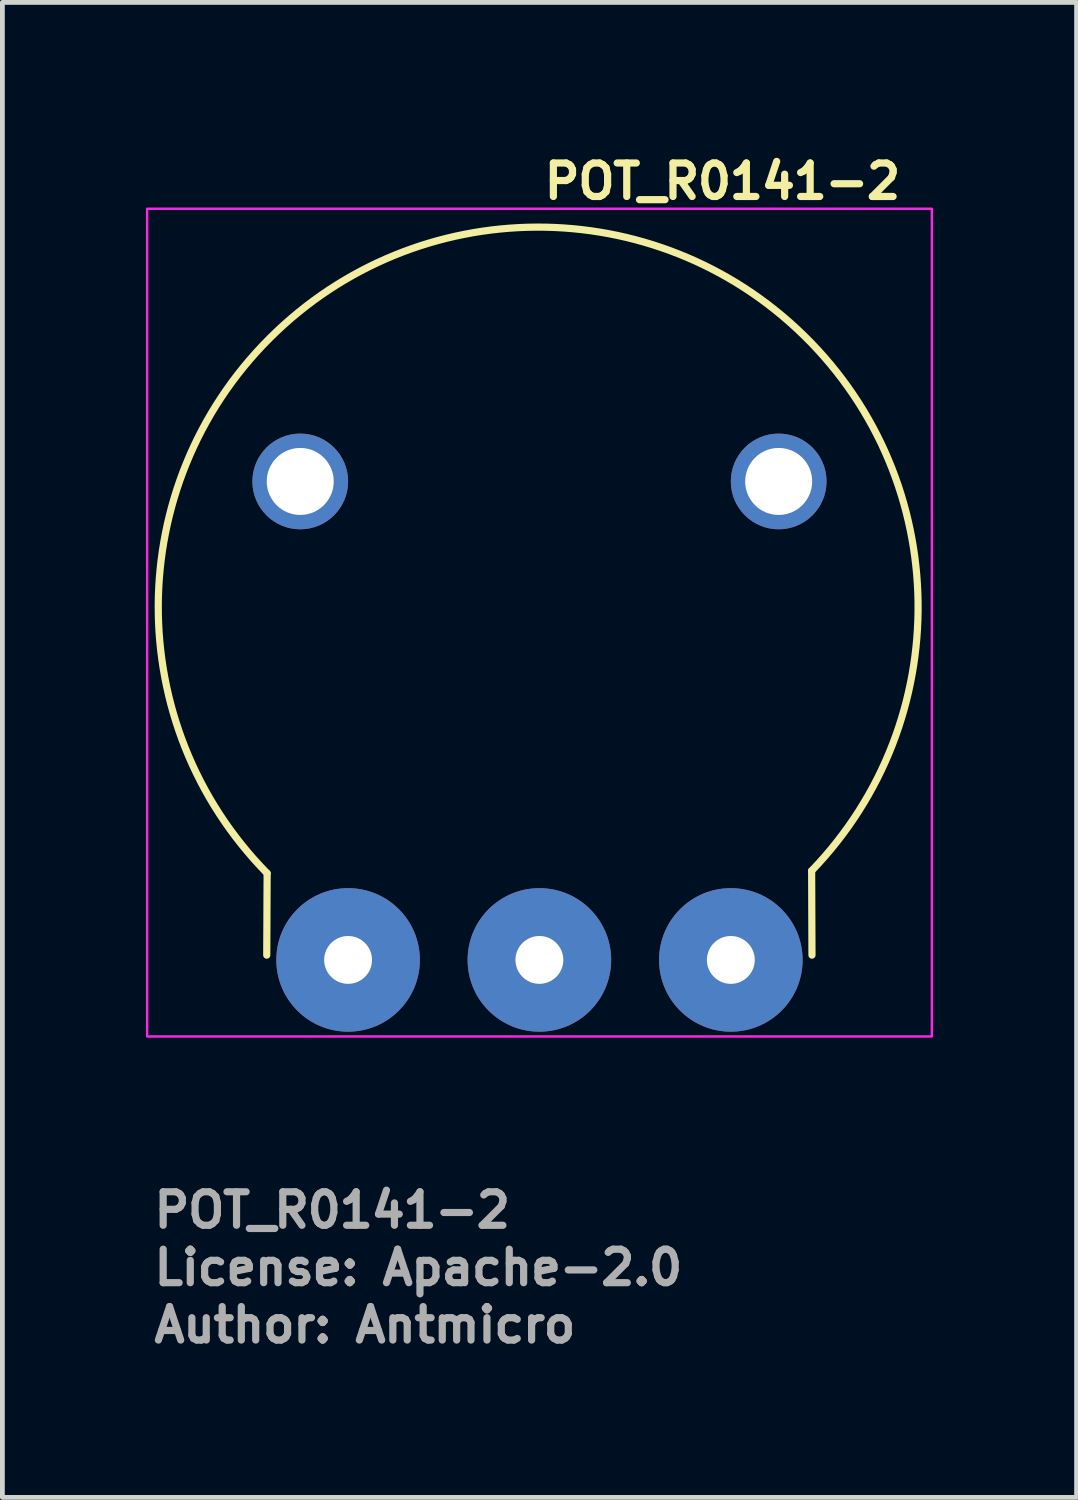
<source format=kicad_pcb>
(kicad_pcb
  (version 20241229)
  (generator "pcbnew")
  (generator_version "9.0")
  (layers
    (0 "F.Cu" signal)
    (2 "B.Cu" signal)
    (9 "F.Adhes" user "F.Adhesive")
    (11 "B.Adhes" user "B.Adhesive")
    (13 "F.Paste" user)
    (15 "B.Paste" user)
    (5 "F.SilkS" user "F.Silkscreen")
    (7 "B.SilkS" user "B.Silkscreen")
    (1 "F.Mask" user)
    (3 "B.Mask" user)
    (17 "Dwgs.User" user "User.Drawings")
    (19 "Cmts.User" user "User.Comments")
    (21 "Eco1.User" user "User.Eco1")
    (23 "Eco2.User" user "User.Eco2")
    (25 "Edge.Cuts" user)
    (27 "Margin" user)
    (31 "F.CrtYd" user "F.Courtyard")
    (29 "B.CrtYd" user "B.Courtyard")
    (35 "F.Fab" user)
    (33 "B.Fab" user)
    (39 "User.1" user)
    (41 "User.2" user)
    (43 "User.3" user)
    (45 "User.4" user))
  (footprint "POT_R0141-2"
    (layer "F.Cu")
    (at 4.225 17.012)
    (property "Reference" "POT_R0141-2" (at 4.025 -15.862 0) (unlocked yes) (layer "F.SilkS") (effects (font (size 0.7 0.7) (thickness 0.15)) (justify left bottom)))
    (attr through_hole)
    (fp_line (start -1.7 -0.1) (end -1.692 -1.811) (stroke (width 0.15) (type solid)) (layer "F.SilkS"))
    (fp_line (start 9.695 -0.1) (end 9.688 -1.863) (stroke (width 0.15) (type solid)) (layer "F.SilkS"))
    (fp_arc (start -1.692 -1.811) (mid 3.938 -15.315) (end 9.688 -1.863) (stroke (width 0.15) (type solid)) (layer "F.SilkS"))
    (fp_rect (start -4.2 -15.7) (end 12.2 1.6) (stroke (width 0.05) (type solid)) (fill no) (layer "F.CrtYd"))
    (fp_rect (start -4 -15.497) (end 11.999 0.496) (stroke (width 0.1) (type solid)) (fill no) (layer "User.5"))
    (fp_line (start -4 -7.54) (end -4 -7.508) (stroke (width 0.02) (type solid)) (layer "User.9"))
    (fp_line (start -4 -7.508) (end -4 -7.478) (stroke (width 0.02) (type solid)) (layer "User.9"))
    (fp_line (start -4 -7.478) (end -3.759 -7.223) (stroke (width 0.02) (type solid)) (layer "User.9"))
    (fp_line (start -3.984 -6.981) (end -3.981 -6.951) (stroke (width 0.02) (type solid)) (layer "User.9"))
    (fp_line (start -3.983 -8.035) (end -3.761 -7.766) (stroke (width 0.02) (type solid)) (layer "User.9"))
    (fp_line (start -3.981 -6.951) (end -3.98 -6.92) (stroke (width 0.02) (type solid)) (layer "User.9"))
    (fp_line (start -3.98 -8.067) (end -3.983 -8.035) (stroke (width 0.02) (type solid)) (layer "User.9"))
    (fp_line (start -3.98 -6.92) (end -3.722 -6.683) (stroke (width 0.02) (type solid)) (layer "User.9"))
    (fp_line (start -3.979 -8.097) (end -3.98 -8.067) (stroke (width 0.02) (type solid)) (layer "User.9"))
    (fp_line (start -3.928 -6.425) (end -3.924 -6.396) (stroke (width 0.02) (type solid)) (layer "User.9"))
    (fp_line (start -3.927 -8.591) (end -3.723 -8.305) (stroke (width 0.02) (type solid)) (layer "User.9"))
    (fp_line (start -3.924 -6.396) (end -3.919 -6.364) (stroke (width 0.02) (type solid)) (layer "User.9"))
    (fp_line (start -3.922 -8.622) (end -3.927 -8.591) (stroke (width 0.02) (type solid)) (layer "User.9"))
    (fp_line (start -3.919 -6.364) (end -3.645 -6.146) (stroke (width 0.02) (type solid)) (layer "User.9"))
    (fp_line (start -3.918 -8.653) (end -3.922 -8.622) (stroke (width 0.02) (type solid)) (layer "User.9"))
    (fp_line (start -3.834 -5.875) (end -3.827 -5.845) (stroke (width 0.02) (type solid)) (layer "User.9"))
    (fp_line (start -3.83 -9.141) (end -3.648 -8.843) (stroke (width 0.02) (type solid)) (layer "User.9"))
    (fp_line (start -3.827 -5.845) (end -3.822 -5.814) (stroke (width 0.02) (type solid)) (layer "User.9"))
    (fp_line (start -3.825 -9.171) (end -3.83 -9.141) (stroke (width 0.02) (type solid)) (layer "User.9"))
    (fp_line (start -3.822 -5.814) (end -3.532 -5.617) (stroke (width 0.02) (type solid)) (layer "User.9"))
    (fp_line (start -3.818 -9.202) (end -3.825 -9.171) (stroke (width 0.02) (type solid)) (layer "User.9"))
    (fp_line (start -3.761 -7.766) (end -4 -7.54) (stroke (width 0.02) (type solid)) (layer "User.9"))
    (fp_line (start -3.759 -7.223) (end -3.984 -6.981) (stroke (width 0.02) (type solid)) (layer "User.9"))
    (fp_line (start -3.723 -8.305) (end -3.979 -8.097) (stroke (width 0.02) (type solid)) (layer "User.9"))
    (fp_line (start -3.722 -6.683) (end -3.928 -6.425) (stroke (width 0.02) (type solid)) (layer "User.9"))
    (fp_line (start -3.701 -5.334) (end -3.693 -5.303) (stroke (width 0.02) (type solid)) (layer "User.9"))
    (fp_line (start -3.697 -9.683) (end -3.536 -9.372) (stroke (width 0.02) (type solid)) (layer "User.9"))
    (fp_line (start -3.693 -5.303) (end -3.685 -5.273) (stroke (width 0.02) (type solid)) (layer "User.9"))
    (fp_line (start -3.689 -9.714) (end -3.697 -9.683) (stroke (width 0.02) (type solid)) (layer "User.9"))
    (fp_line (start -3.685 -5.273) (end -3.383 -5.095) (stroke (width 0.02) (type solid)) (layer "User.9"))
    (fp_line (start -3.681 -9.744) (end -3.689 -9.714) (stroke (width 0.02) (type solid)) (layer "User.9"))
    (fp_line (start -3.648 -8.843) (end -3.918 -8.653) (stroke (width 0.02) (type solid)) (layer "User.9"))
    (fp_line (start -3.645 -6.146) (end -3.834 -5.875) (stroke (width 0.02) (type solid)) (layer "User.9"))
    (fp_line (start -3.536 -9.372) (end -3.818 -9.202) (stroke (width 0.02) (type solid)) (layer "User.9"))
    (fp_line (start -3.532 -5.617) (end -3.701 -5.334) (stroke (width 0.02) (type solid)) (layer "User.9"))
    (fp_line (start -3.532 -4.802) (end -3.521 -4.771) (stroke (width 0.02) (type solid)) (layer "User.9"))
    (fp_line (start -3.527 -10.215) (end -3.387 -9.894) (stroke (width 0.02) (type solid)) (layer "User.9"))
    (fp_line (start -3.521 -4.771) (end -3.511 -4.742) (stroke (width 0.02) (type solid)) (layer "User.9"))
    (fp_line (start -3.516 -10.244) (end -3.527 -10.215) (stroke (width 0.02) (type solid)) (layer "User.9"))
    (fp_line (start -3.511 -4.742) (end -3.197 -4.587) (stroke (width 0.02) (type solid)) (layer "User.9"))
    (fp_line (start -3.504 -10.273) (end -3.516 -10.244) (stroke (width 0.02) (type solid)) (layer "User.9"))
    (fp_line (start -3.387 -9.894) (end -3.681 -9.744) (stroke (width 0.02) (type solid)) (layer "User.9"))
    (fp_line (start -3.383 -5.095) (end -3.532 -4.802) (stroke (width 0.02) (type solid)) (layer "User.9"))
    (fp_line (start -3.326 -4.282) (end -3.313 -4.254) (stroke (width 0.02) (type solid)) (layer "User.9"))
    (fp_line (start -3.318 -10.734) (end -3.202 -10.404) (stroke (width 0.02) (type solid)) (layer "User.9"))
    (fp_line (start -3.313 -4.254) (end -3.299 -4.225) (stroke (width 0.02) (type solid)) (layer "User.9"))
    (fp_line (start -3.306 -10.762) (end -3.318 -10.734) (stroke (width 0.02) (type solid)) (layer "User.9"))
    (fp_line (start -3.299 -4.225) (end -2.976 -4.092) (stroke (width 0.02) (type solid)) (layer "User.9"))
    (fp_line (start -3.294 -10.791) (end -3.306 -10.762) (stroke (width 0.02) (type solid)) (layer "User.9"))
    (fp_line (start -3.202 -10.404) (end -3.504 -10.273) (stroke (width 0.02) (type solid)) (layer "User.9"))
    (fp_line (start -3.197 -4.587) (end -3.326 -4.282) (stroke (width 0.02) (type solid)) (layer "User.9"))
    (fp_line (start -3.082 -3.779) (end -3.068 -3.751) (stroke (width 0.02) (type solid)) (layer "User.9"))
    (fp_line (start -3.076 -11.235) (end -2.981 -10.898) (stroke (width 0.02) (type solid)) (layer "User.9"))
    (fp_line (start -3.068 -3.751) (end -3.053 -3.725) (stroke (width 0.02) (type solid)) (layer "User.9"))
    (fp_line (start -3.06 -11.263) (end -3.076 -11.235) (stroke (width 0.02) (type solid)) (layer "User.9"))
    (fp_line (start -3.053 -3.725) (end -2.722 -3.613) (stroke (width 0.02) (type solid)) (layer "User.9"))
    (fp_line (start -3.045 -11.291) (end -3.06 -11.263) (stroke (width 0.02) (type solid)) (layer "User.9"))
    (fp_line (start -2.981 -10.898) (end -3.294 -10.791) (stroke (width 0.02) (type solid)) (layer "User.9"))
    (fp_line (start -2.976 -4.092) (end -3.082 -3.779) (stroke (width 0.02) (type solid)) (layer "User.9"))
    (fp_line (start -2.806 -3.294) (end -2.79 -3.267) (stroke (width 0.02) (type solid)) (layer "User.9"))
    (fp_line (start -2.798 -11.721) (end -2.727 -11.378) (stroke (width 0.02) (type solid)) (layer "User.9"))
    (fp_line (start -2.79 -3.267) (end -2.774 -3.242) (stroke (width 0.02) (type solid)) (layer "User.9"))
    (fp_line (start -2.781 -11.747) (end -2.798 -11.721) (stroke (width 0.02) (type solid)) (layer "User.9"))
    (fp_line (start -2.774 -3.242) (end -2.435 -3.153) (stroke (width 0.02) (type solid)) (layer "User.9"))
    (fp_line (start -2.765 -11.772) (end -2.781 -11.747) (stroke (width 0.02) (type solid)) (layer "User.9"))
    (fp_line (start -2.727 -11.378) (end -3.045 -11.291) (stroke (width 0.02) (type solid)) (layer "User.9"))
    (fp_line (start -2.722 -3.613) (end -2.806 -3.294) (stroke (width 0.02) (type solid)) (layer "User.9"))
    (fp_line (start -2.496 -2.83) (end -2.477 -2.805) (stroke (width 0.02) (type solid)) (layer "User.9"))
    (fp_line (start -2.487 -12.185) (end -2.44 -11.837) (stroke (width 0.02) (type solid)) (layer "User.9"))
    (fp_line (start -2.477 -2.805) (end -2.46 -2.779) (stroke (width 0.02) (type solid)) (layer "User.9"))
    (fp_line (start -2.468 -12.209) (end -2.487 -12.185) (stroke (width 0.02) (type solid)) (layer "User.9"))
    (fp_line (start -2.46 -2.779) (end -2.116 -2.715) (stroke (width 0.02) (type solid)) (layer "User.9"))
    (fp_line (start -2.449 -12.234) (end -2.468 -12.209) (stroke (width 0.02) (type solid)) (layer "User.9"))
    (fp_line (start -2.44 -11.837) (end -2.765 -11.772) (stroke (width 0.02) (type solid)) (layer "User.9"))
    (fp_line (start -2.435 -3.153) (end -2.496 -2.83) (stroke (width 0.02) (type solid)) (layer "User.9"))
    (fp_line (start -2.25 -7.5) (end -2.25 -7.5) (stroke (width 0.02) (type solid)) (layer "User.9"))
    (fp_line (start -2.25 -7.5) (end -2.242 -7.178) (stroke (width 0.02) (type solid)) (layer "User.9"))
    (fp_line (start -2.242 -7.821) (end -2.25 -7.5) (stroke (width 0.02) (type solid)) (layer "User.9"))
    (fp_line (start -2.242 -7.178) (end -2.218 -6.861) (stroke (width 0.02) (type solid)) (layer "User.9"))
    (fp_line (start -2.218 -8.139) (end -2.242 -7.821) (stroke (width 0.02) (type solid)) (layer "User.9"))
    (fp_line (start -2.218 -6.861) (end -2.178 -6.548) (stroke (width 0.02) (type solid)) (layer "User.9"))
    (fp_line (start -2.178 -8.452) (end -2.218 -8.139) (stroke (width 0.02) (type solid)) (layer "User.9"))
    (fp_line (start -2.178 -6.548) (end -2.124 -6.241) (stroke (width 0.02) (type solid)) (layer "User.9"))
    (fp_line (start -2.154 -2.388) (end -2.134 -2.364) (stroke (width 0.02) (type solid)) (layer "User.9"))
    (fp_line (start -2.144 -12.625) (end -2.122 -12.276) (stroke (width 0.02) (type solid)) (layer "User.9"))
    (fp_line (start -2.134 -2.364) (end -2.114 -2.34) (stroke (width 0.02) (type solid)) (layer "User.9"))
    (fp_line (start -2.124 -12.648) (end -2.144 -12.625) (stroke (width 0.02) (type solid)) (layer "User.9"))
    (fp_line (start -2.124 -8.76) (end -2.178 -8.452) (stroke (width 0.02) (type solid)) (layer "User.9"))
    (fp_line (start -2.124 -6.241) (end -2.054 -5.938) (stroke (width 0.02) (type solid)) (layer "User.9"))
    (fp_line (start -2.122 -12.276) (end -2.449 -12.234) (stroke (width 0.02) (type solid)) (layer "User.9"))
    (fp_line (start -2.116 -2.715) (end -2.154 -2.388) (stroke (width 0.02) (type solid)) (layer "User.9"))
    (fp_line (start -2.114 -2.34) (end -1.766 -2.301) (stroke (width 0.02) (type solid)) (layer "User.9"))
    (fp_line (start -2.104 -12.673) (end -2.124 -12.648) (stroke (width 0.02) (type solid)) (layer "User.9"))
    (fp_line (start -2.054 -9.062) (end -2.124 -8.76) (stroke (width 0.02) (type solid)) (layer "User.9"))
    (fp_line (start -2.054 -5.938) (end -1.97 -5.641) (stroke (width 0.02) (type solid)) (layer "User.9"))
    (fp_line (start -1.97 -9.359) (end -2.054 -9.062) (stroke (width 0.02) (type solid)) (layer "User.9"))
    (fp_line (start -1.97 -5.641) (end -1.871 -5.351) (stroke (width 0.02) (type solid)) (layer "User.9"))
    (fp_line (start -1.871 -9.65) (end -1.97 -9.359) (stroke (width 0.02) (type solid)) (layer "User.9"))
    (fp_line (start -1.871 -5.351) (end -1.76 -5.068) (stroke (width 0.02) (type solid)) (layer "User.9"))
    (fp_line (start -1.782 -1.972) (end -1.762 -1.948) (stroke (width 0.02) (type solid)) (layer "User.9"))
    (fp_line (start -1.774 -12.69) (end -2.104 -12.673) (stroke (width 0.02) (type solid)) (layer "User.9"))
    (fp_line (start -1.772 -13.042) (end -1.774 -12.69) (stroke (width 0.02) (type solid)) (layer "User.9"))
    (fp_line (start -1.766 -2.301) (end -1.782 -1.972) (stroke (width 0.02) (type solid)) (layer "User.9"))
    (fp_line (start -1.762 -1.948) (end -1.74 -1.926) (stroke (width 0.02) (type solid)) (layer "User.9"))
    (fp_line (start -1.76 -9.933) (end -1.871 -9.65) (stroke (width 0.02) (type solid)) (layer "User.9"))
    (fp_line (start -1.76 -5.068) (end -1.635 -4.79) (stroke (width 0.02) (type solid)) (layer "User.9"))
    (fp_line (start -1.75 -13.064) (end -1.772 -13.042) (stroke (width 0.02) (type solid)) (layer "User.9"))
    (fp_line (start -1.74 -1.926) (end -1.389 -1.911) (stroke (width 0.02) (type solid)) (layer "User.9"))
    (fp_line (start -1.728 -13.086) (end -1.75 -13.064) (stroke (width 0.02) (type solid)) (layer "User.9"))
    (fp_line (start -1.635 -10.209) (end -1.76 -9.933) (stroke (width 0.02) (type solid)) (layer "User.9"))
    (fp_line (start -1.635 -4.79) (end -1.496 -4.521) (stroke (width 0.02) (type solid)) (layer "User.9"))
    (fp_line (start -1.496 -10.48) (end -1.635 -10.209) (stroke (width 0.02) (type solid)) (layer "User.9"))
    (fp_line (start -1.496 -4.521) (end -1.347 -4.26) (stroke (width 0.02) (type solid)) (layer "User.9"))
    (fp_line (start -1.399 -13.081) (end -1.728 -13.086) (stroke (width 0.02) (type solid)) (layer "User.9"))
    (fp_line (start -1.389 -1.911) (end -1.383 -1.581) (stroke (width 0.02) (type solid)) (layer "User.9"))
    (fp_line (start -1.383 -1.581) (end -1.361 -1.561) (stroke (width 0.02) (type solid)) (layer "User.9"))
    (fp_line (start -1.371 -13.43) (end -1.399 -13.081) (stroke (width 0.02) (type solid)) (layer "User.9"))
    (fp_line (start -1.361 -1.561) (end -1.337 -1.539) (stroke (width 0.02) (type solid)) (layer "User.9"))
    (fp_line (start -1.347 -13.451) (end -1.371 -13.43) (stroke (width 0.02) (type solid)) (layer "User.9"))
    (fp_line (start -1.347 -10.741) (end -1.496 -10.48) (stroke (width 0.02) (type solid)) (layer "User.9"))
    (fp_line (start -1.347 -4.26) (end -1.184 -4.005) (stroke (width 0.02) (type solid)) (layer "User.9"))
    (fp_line (start -1.337 -1.539) (end -0.986 -1.549) (stroke (width 0.02) (type solid)) (layer "User.9"))
    (fp_line (start -1.325 -13.471) (end -1.347 -13.451) (stroke (width 0.02) (type solid)) (layer "User.9"))
    (fp_line (start -1.184 -10.994) (end -1.347 -10.741) (stroke (width 0.02) (type solid)) (layer "User.9"))
    (fp_line (start -1.184 -4.005) (end -1.01 -3.761) (stroke (width 0.02) (type solid)) (layer "User.9"))
    (fp_line (start -1.01 -11.24) (end -1.184 -10.994) (stroke (width 0.02) (type solid)) (layer "User.9"))
    (fp_line (start -1.01 -3.761) (end -0.824 -3.524) (stroke (width 0.02) (type solid)) (layer "User.9"))
    (fp_line (start -1 -1.549) (end -1 0) (stroke (width 0.02) (type solid)) (layer "User.9"))
    (fp_line (start -1 0) (end 1.445 0) (stroke (width 0.02) (type solid)) (layer "User.9"))
    (fp_line (start -0.996 -13.445) (end -1.325 -13.471) (stroke (width 0.02) (type solid)) (layer "User.9"))
    (fp_line (start -0.986 -1.549) (end -0.958 -1.22) (stroke (width 0.02) (type solid)) (layer "User.9"))
    (fp_line (start -0.958 -1.22) (end -0.933 -1.202) (stroke (width 0.02) (type solid)) (layer "User.9"))
    (fp_line (start -0.945 -13.791) (end -0.996 -13.445) (stroke (width 0.02) (type solid)) (layer "User.9"))
    (fp_line (start -0.933 -1.202) (end -0.909 -1.182) (stroke (width 0.02) (type solid)) (layer "User.9"))
    (fp_line (start -0.92 -13.81) (end -0.945 -13.791) (stroke (width 0.02) (type solid)) (layer "User.9"))
    (fp_line (start -0.909 -1.182) (end -0.56 -1.216) (stroke (width 0.02) (type solid)) (layer "User.9"))
    (fp_line (start -0.895 -13.828) (end -0.92 -13.81) (stroke (width 0.02) (type solid)) (layer "User.9"))
    (fp_line (start -0.824 -11.475) (end -1.01 -11.24) (stroke (width 0.02) (type solid)) (layer "User.9"))
    (fp_line (start -0.824 -3.524) (end -0.627 -3.298) (stroke (width 0.02) (type solid)) (layer "User.9"))
    (fp_line (start -0.627 -11.702) (end -0.824 -11.475) (stroke (width 0.02) (type solid)) (layer "User.9"))
    (fp_line (start -0.627 -3.298) (end -0.42 -3.081) (stroke (width 0.02) (type solid)) (layer "User.9"))
    (fp_line (start -0.57 -13.778) (end -0.895 -13.828) (stroke (width 0.02) (type solid)) (layer "User.9"))
    (fp_line (start -0.56 -1.216) (end -0.507 -0.89) (stroke (width 0.02) (type solid)) (layer "User.9"))
    (fp_line (start -0.519 0) (end -0.519 0.1) (stroke (width 0.02) (type solid)) (layer "User.9"))
    (fp_line (start -0.519 0.1) (end -0.519 0.119) (stroke (width 0.02) (type solid)) (layer "User.9"))
    (fp_line (start -0.519 0.119) (end -0.517 0.14) (stroke (width 0.02) (type solid)) (layer "User.9"))
    (fp_line (start -0.517 0.14) (end -0.515 0.158) (stroke (width 0.02) (type solid)) (layer "User.9"))
    (fp_line (start -0.515 0.158) (end -0.511 0.176) (stroke (width 0.02) (type solid)) (layer "User.9"))
    (fp_line (start -0.511 0.176) (end -0.506 0.195) (stroke (width 0.02) (type solid)) (layer "User.9"))
    (fp_line (start -0.507 -0.89) (end -0.481 -0.872) (stroke (width 0.02) (type solid)) (layer "User.9"))
    (fp_line (start -0.506 0.195) (end -0.501 0.21) (stroke (width 0.02) (type solid)) (layer "User.9"))
    (fp_line (start -0.501 0.21) (end -0.495 0.227) (stroke (width 0.02) (type solid)) (layer "User.9"))
    (fp_line (start -0.495 0.227) (end -0.489 0.24) (stroke (width 0.02) (type solid)) (layer "User.9"))
    (fp_line (start -0.493 -14.119) (end -0.57 -13.778) (stroke (width 0.02) (type solid)) (layer "User.9"))
    (fp_line (start -0.489 0.24) (end -0.481 0.253) (stroke (width 0.02) (type solid)) (layer "User.9"))
    (fp_line (start -0.481 -0.872) (end -0.456 -0.855) (stroke (width 0.02) (type solid)) (layer "User.9"))
    (fp_line (start -0.481 0.253) (end -0.475 0.266) (stroke (width 0.02) (type solid)) (layer "User.9"))
    (fp_line (start -0.475 0.266) (end -0.466 0.276) (stroke (width 0.02) (type solid)) (layer "User.9"))
    (fp_line (start -0.468 -14.138) (end -0.493 -14.119) (stroke (width 0.02) (type solid)) (layer "User.9"))
    (fp_line (start -0.466 0.276) (end -0.458 0.285) (stroke (width 0.02) (type solid)) (layer "User.9"))
    (fp_line (start -0.458 0.285) (end -0.453 0.288) (stroke (width 0.02) (type solid)) (layer "User.9"))
    (fp_line (start -0.456 -0.855) (end -0.11 -0.913) (stroke (width 0.02) (type solid)) (layer "User.9"))
    (fp_line (start -0.453 0.288) (end -0.447 0.291) (stroke (width 0.02) (type solid)) (layer "User.9"))
    (fp_line (start -0.447 0.291) (end -0.443 0.294) (stroke (width 0.02) (type solid)) (layer "User.9"))
    (fp_line (start -0.443 0.294) (end -0.438 0.296) (stroke (width 0.02) (type solid)) (layer "User.9"))
    (fp_line (start -0.441 -14.154) (end -0.468 -14.138) (stroke (width 0.02) (type solid)) (layer "User.9"))
    (fp_line (start -0.438 0.296) (end -0.433 0.297) (stroke (width 0.02) (type solid)) (layer "User.9"))
    (fp_line (start -0.433 0.297) (end -0.428 0.299) (stroke (width 0.02) (type solid)) (layer "User.9"))
    (fp_line (start -0.428 0.299) (end -0.423 0.299) (stroke (width 0.02) (type solid)) (layer "User.9"))
    (fp_line (start -0.423 0.299) (end -0.418 0.299) (stroke (width 0.02) (type solid)) (layer "User.9"))
    (fp_line (start -0.42 -11.92) (end -0.627 -11.702) (stroke (width 0.02) (type solid)) (layer "User.9"))
    (fp_line (start -0.42 -3.081) (end -0.204 -2.874) (stroke (width 0.02) (type solid)) (layer "User.9"))
    (fp_line (start -0.418 0.299) (end 0.512 0.299) (stroke (width 0.02) (type solid)) (layer "User.9"))
    (fp_line (start -0.204 -12.126) (end -0.42 -11.92) (stroke (width 0.02) (type solid)) (layer "User.9"))
    (fp_line (start -0.204 -2.874) (end 0.024 -2.677) (stroke (width 0.02) (type solid)) (layer "User.9"))
    (fp_line (start -0.12 -14.081) (end -0.441 -14.154) (stroke (width 0.02) (type solid)) (layer "User.9"))
    (fp_line (start -0.11 -0.913) (end -0.036 -0.591) (stroke (width 0.02) (type solid)) (layer "User.9"))
    (fp_line (start -0.036 -0.591) (end -0.008 -0.577) (stroke (width 0.02) (type solid)) (layer "User.9"))
    (fp_line (start -0.02 -14.417) (end -0.12 -14.081) (stroke (width 0.02) (type solid)) (layer "User.9"))
    (fp_line (start -0.008 -0.577) (end 0.018 -0.561) (stroke (width 0.02) (type solid)) (layer "User.9"))
    (fp_line (start 0.007 -14.433) (end -0.02 -14.417) (stroke (width 0.02) (type solid)) (layer "User.9"))
    (fp_line (start 0.018 -0.561) (end 0.359 -0.643) (stroke (width 0.02) (type solid)) (layer "User.9"))
    (fp_line (start 0.024 -12.324) (end -0.204 -12.126) (stroke (width 0.02) (type solid)) (layer "User.9"))
    (fp_line (start 0.024 -2.677) (end 0.26 -2.492) (stroke (width 0.02) (type solid)) (layer "User.9"))
    (fp_line (start 0.034 -14.449) (end 0.007 -14.433) (stroke (width 0.02) (type solid)) (layer "User.9"))
    (fp_line (start 0.26 -12.509) (end 0.024 -12.324) (stroke (width 0.02) (type solid)) (layer "User.9"))
    (fp_line (start 0.26 -2.492) (end 0.504 -2.318) (stroke (width 0.02) (type solid)) (layer "User.9"))
    (fp_line (start 0.344 0.299) (end -0.25 0.299) (stroke (width 0.02) (type solid)) (layer "User.9"))
    (fp_line (start 0.349 -14.353) (end 0.034 -14.449) (stroke (width 0.02) (type solid)) (layer "User.9"))
    (fp_line (start 0.35 0.299) (end 0.344 0.299) (stroke (width 0.02) (type solid)) (layer "User.9"))
    (fp_line (start 0.359 -0.643) (end 0.457 -0.328) (stroke (width 0.02) (type solid)) (layer "User.9"))
    (fp_line (start 0.457 -0.328) (end 0.484 -0.313) (stroke (width 0.02) (type solid)) (layer "User.9"))
    (fp_line (start 0.472 -14.68) (end 0.349 -14.353) (stroke (width 0.02) (type solid)) (layer "User.9"))
    (fp_line (start 0.484 -0.313) (end 0.513 -0.299) (stroke (width 0.02) (type solid)) (layer "User.9"))
    (fp_line (start 0.499 -14.695) (end 0.472 -14.68) (stroke (width 0.02) (type solid)) (layer "User.9"))
    (fp_line (start 0.504 -12.683) (end 0.26 -12.509) (stroke (width 0.02) (type solid)) (layer "User.9"))
    (fp_line (start 0.504 -2.318) (end 0.758 -2.156) (stroke (width 0.02) (type solid)) (layer "User.9"))
    (fp_line (start 0.512 0.299) (end 0.517 0.299) (stroke (width 0.02) (type solid)) (layer "User.9"))
    (fp_line (start 0.513 -0.299) (end 0.846 -0.405) (stroke (width 0.02) (type solid)) (layer "User.9"))
    (fp_line (start 0.517 0.299) (end 0.522 0.299) (stroke (width 0.02) (type solid)) (layer "User.9"))
    (fp_line (start 0.522 0.299) (end 0.527 0.297) (stroke (width 0.02) (type solid)) (layer "User.9"))
    (fp_line (start 0.527 0.297) (end 0.532 0.296) (stroke (width 0.02) (type solid)) (layer "User.9"))
    (fp_line (start 0.528 -14.708) (end 0.499 -14.695) (stroke (width 0.02) (type solid)) (layer "User.9"))
    (fp_line (start 0.532 0.296) (end 0.536 0.294) (stroke (width 0.02) (type solid)) (layer "User.9"))
    (fp_line (start 0.536 0.294) (end 0.541 0.291) (stroke (width 0.02) (type solid)) (layer "User.9"))
    (fp_line (start 0.541 0.291) (end 0.546 0.288) (stroke (width 0.02) (type solid)) (layer "User.9"))
    (fp_line (start 0.546 0.288) (end 0.55 0.285) (stroke (width 0.02) (type solid)) (layer "User.9"))
    (fp_line (start 0.55 0.285) (end 0.555 0.281) (stroke (width 0.02) (type solid)) (layer "User.9"))
    (fp_line (start 0.555 0.281) (end 0.559 0.276) (stroke (width 0.02) (type solid)) (layer "User.9"))
    (fp_line (start 0.559 0.276) (end 0.563 0.272) (stroke (width 0.02) (type solid)) (layer "User.9"))
    (fp_line (start 0.563 0.272) (end 0.567 0.266) (stroke (width 0.02) (type solid)) (layer "User.9"))
    (fp_line (start 0.567 0.266) (end 0.571 0.26) (stroke (width 0.02) (type solid)) (layer "User.9"))
    (fp_line (start 0.571 0.26) (end 0.575 0.253) (stroke (width 0.02) (type solid)) (layer "User.9"))
    (fp_line (start 0.575 0.253) (end 0.578 0.247) (stroke (width 0.02) (type solid)) (layer "User.9"))
    (fp_line (start 0.578 0.247) (end 0.581 0.24) (stroke (width 0.02) (type solid)) (layer "User.9"))
    (fp_line (start 0.581 0.24) (end 0.585 0.234) (stroke (width 0.02) (type solid)) (layer "User.9"))
    (fp_line (start 0.585 0.234) (end 0.588 0.227) (stroke (width 0.02) (type solid)) (layer "User.9"))
    (fp_line (start 0.588 0.227) (end 0.591 0.218) (stroke (width 0.02) (type solid)) (layer "User.9"))
    (fp_line (start 0.591 0.218) (end 0.594 0.21) (stroke (width 0.02) (type solid)) (layer "User.9"))
    (fp_line (start 0.594 0.21) (end 0.596 0.203) (stroke (width 0.02) (type solid)) (layer "User.9"))
    (fp_line (start 0.596 0.203) (end 0.599 0.195) (stroke (width 0.02) (type solid)) (layer "User.9"))
    (fp_line (start 0.599 0.195) (end 0.601 0.185) (stroke (width 0.02) (type solid)) (layer "User.9"))
    (fp_line (start 0.601 0.185) (end 0.603 0.176) (stroke (width 0.02) (type solid)) (layer "User.9"))
    (fp_line (start 0.603 0.176) (end 0.605 0.168) (stroke (width 0.02) (type solid)) (layer "User.9"))
    (fp_line (start 0.605 0.168) (end 0.607 0.158) (stroke (width 0.02) (type solid)) (layer "User.9"))
    (fp_line (start 0.607 0.158) (end 0.608 0.148) (stroke (width 0.02) (type solid)) (layer "User.9"))
    (fp_line (start 0.608 0.148) (end 0.609 0.14) (stroke (width 0.02) (type solid)) (layer "User.9"))
    (fp_line (start 0.609 0.14) (end 0.61 0.13) (stroke (width 0.02) (type solid)) (layer "User.9"))
    (fp_line (start 0.61 0.13) (end 0.611 0.119) (stroke (width 0.02) (type solid)) (layer "User.9"))
    (fp_line (start 0.611 0) (end 0.611 0.1) (stroke (width 0.02) (type solid)) (layer "User.9"))
    (fp_line (start 0.611 0.109) (end 0.611 0.1) (stroke (width 0.02) (type solid)) (layer "User.9"))
    (fp_line (start 0.611 0.119) (end 0.611 0.109) (stroke (width 0.02) (type solid)) (layer "User.9"))
    (fp_line (start 0.758 -12.846) (end 0.504 -12.683) (stroke (width 0.02) (type solid)) (layer "User.9"))
    (fp_line (start 0.758 -2.156) (end 1.019 -2.004) (stroke (width 0.02) (type solid)) (layer "User.9"))
    (fp_line (start 0.835 -14.59) (end 0.528 -14.708) (stroke (width 0.02) (type solid)) (layer "User.9"))
    (fp_line (start 0.846 -0.405) (end 0.965 -0.098) (stroke (width 0.02) (type solid)) (layer "User.9"))
    (fp_line (start 0.965 -0.098) (end 0.994 -0.086) (stroke (width 0.02) (type solid)) (layer "User.9"))
    (fp_line (start 0.981 -14.91) (end 0.835 -14.59) (stroke (width 0.02) (type solid)) (layer "User.9"))
    (fp_line (start 0.994 -0.086) (end 1.024 -0.074) (stroke (width 0.02) (type solid)) (layer "User.9"))
    (fp_line (start 1.009 -14.92) (end 0.981 -14.91) (stroke (width 0.02) (type solid)) (layer "User.9"))
    (fp_line (start 1.019 -12.996) (end 0.758 -12.846) (stroke (width 0.02) (type solid)) (layer "User.9"))
    (fp_line (start 1.019 -2.004) (end 1.29 -1.867) (stroke (width 0.02) (type solid)) (layer "User.9"))
    (fp_line (start 1.024 -0.074) (end 1.35 -0.203) (stroke (width 0.02) (type solid)) (layer "User.9"))
    (fp_line (start 1.038 -14.933) (end 1.009 -14.92) (stroke (width 0.02) (type solid)) (layer "User.9"))
    (fp_line (start 1.29 -13.134) (end 1.019 -12.996) (stroke (width 0.02) (type solid)) (layer "User.9"))
    (fp_line (start 1.29 -1.867) (end 1.566 -1.742) (stroke (width 0.02) (type solid)) (layer "User.9"))
    (fp_line (start 1.338 -14.794) (end 1.038 -14.933) (stroke (width 0.02) (type solid)) (layer "User.9"))
    (fp_line (start 1.35 -0.203) (end 1.445 0) (stroke (width 0.02) (type solid)) (layer "User.9"))
    (fp_line (start 1.445 0) (end 1.792 0) (stroke (width 0.02) (type solid)) (layer "User.9"))
    (fp_line (start 1.505 -15.102) (end 1.338 -14.794) (stroke (width 0.02) (type solid)) (layer "User.9"))
    (fp_line (start 1.535 -15.112) (end 1.505 -15.102) (stroke (width 0.02) (type solid)) (layer "User.9"))
    (fp_line (start 1.564 -15.121) (end 1.535 -15.112) (stroke (width 0.02) (type solid)) (layer "User.9"))
    (fp_line (start 1.566 -13.26) (end 1.29 -13.134) (stroke (width 0.02) (type solid)) (layer "User.9"))
    (fp_line (start 1.566 -1.742) (end 1.85 -1.629) (stroke (width 0.02) (type solid)) (layer "User.9"))
    (fp_line (start 1.792 0) (end 1.864 -0.036) (stroke (width 0.02) (type solid)) (layer "User.9"))
    (fp_line (start 1.792 0) (end 1.884 0) (stroke (width 0.02) (type solid)) (layer "User.9"))
    (fp_line (start 1.85 -13.371) (end 1.566 -13.26) (stroke (width 0.02) (type solid)) (layer "User.9"))
    (fp_line (start 1.85 -1.629) (end 2.14 -1.532) (stroke (width 0.02) (type solid)) (layer "User.9"))
    (fp_line (start 1.854 -14.961) (end 1.564 -15.121) (stroke (width 0.02) (type solid)) (layer "User.9"))
    (fp_line (start 1.864 -0.036) (end 2.026 0.252) (stroke (width 0.02) (type solid)) (layer "User.9"))
    (fp_line (start 2.026 0.252) (end 2.056 0.261) (stroke (width 0.02) (type solid)) (layer "User.9"))
    (fp_line (start 2.042 -15.257) (end 1.854 -14.961) (stroke (width 0.02) (type solid)) (layer "User.9"))
    (fp_line (start 2.056 0.261) (end 2.085 0.268) (stroke (width 0.02) (type solid)) (layer "User.9"))
    (fp_line (start 2.072 -15.265) (end 2.042 -15.257) (stroke (width 0.02) (type solid)) (layer "User.9"))
    (fp_line (start 2.085 0.268) (end 2.39 0.096) (stroke (width 0.02) (type solid)) (layer "User.9"))
    (fp_line (start 2.103 -15.272) (end 2.072 -15.265) (stroke (width 0.02) (type solid)) (layer "User.9"))
    (fp_line (start 2.14 -13.469) (end 1.85 -13.371) (stroke (width 0.02) (type solid)) (layer "User.9"))
    (fp_line (start 2.14 -1.532) (end 2.438 -1.446) (stroke (width 0.02) (type solid)) (layer "User.9"))
    (fp_line (start 2.379 -15.093) (end 2.103 -15.272) (stroke (width 0.02) (type solid)) (layer "User.9"))
    (fp_line (start 2.39 0.096) (end 2.572 0.371) (stroke (width 0.02) (type solid)) (layer "User.9"))
    (fp_line (start 2.438 -13.554) (end 2.14 -13.469) (stroke (width 0.02) (type solid)) (layer "User.9"))
    (fp_line (start 2.438 -1.446) (end 2.74 -1.377) (stroke (width 0.02) (type solid)) (layer "User.9"))
    (fp_line (start 2.572 0.371) (end 2.601 0.376) (stroke (width 0.02) (type solid)) (layer "User.9"))
    (fp_line (start 2.588 -15.375) (end 2.379 -15.093) (stroke (width 0.02) (type solid)) (layer "User.9"))
    (fp_line (start 2.601 0.376) (end 2.632 0.382) (stroke (width 0.02) (type solid)) (layer "User.9"))
    (fp_line (start 2.619 -15.381) (end 2.588 -15.375) (stroke (width 0.02) (type solid)) (layer "User.9"))
    (fp_line (start 2.632 0.382) (end 2.925 0.189) (stroke (width 0.02) (type solid)) (layer "User.9"))
    (fp_line (start 2.648 -15.385) (end 2.619 -15.381) (stroke (width 0.02) (type solid)) (layer "User.9"))
    (fp_line (start 2.74 -13.624) (end 2.438 -13.554) (stroke (width 0.02) (type solid)) (layer "User.9"))
    (fp_line (start 2.74 -1.377) (end 3.047 -1.323) (stroke (width 0.02) (type solid)) (layer "User.9"))
    (fp_line (start 2.913 -15.188) (end 2.648 -15.385) (stroke (width 0.02) (type solid)) (layer "User.9"))
    (fp_line (start 2.925 0.189) (end 3.124 0.452) (stroke (width 0.02) (type solid)) (layer "User.9"))
    (fp_line (start 3.047 -13.679) (end 2.74 -13.624) (stroke (width 0.02) (type solid)) (layer "User.9"))
    (fp_line (start 3.047 -1.323) (end 3.361 -1.283) (stroke (width 0.02) (type solid)) (layer "User.9"))
    (fp_line (start 3.124 0.452) (end 3.155 0.456) (stroke (width 0.02) (type solid)) (layer "User.9"))
    (fp_line (start 3.14 -15.454) (end 2.913 -15.188) (stroke (width 0.02) (type solid)) (layer "User.9"))
    (fp_line (start 3.155 0.456) (end 3.185 0.459) (stroke (width 0.02) (type solid)) (layer "User.9"))
    (fp_line (start 3.172 -15.458) (end 3.14 -15.454) (stroke (width 0.02) (type solid)) (layer "User.9"))
    (fp_line (start 3.185 0.459) (end 3.463 0.245) (stroke (width 0.02) (type solid)) (layer "User.9"))
    (fp_line (start 3.202 -15.461) (end 3.172 -15.458) (stroke (width 0.02) (type solid)) (layer "User.9"))
    (fp_line (start 3.361 -13.718) (end 3.047 -13.679) (stroke (width 0.02) (type solid)) (layer "User.9"))
    (fp_line (start 3.361 -1.283) (end 3.677 -1.258) (stroke (width 0.02) (type solid)) (layer "User.9"))
    (fp_line (start 3.451 -15.244) (end 3.202 -15.461) (stroke (width 0.02) (type solid)) (layer "User.9"))
    (fp_line (start 3.463 0.245) (end 3.68 0.493) (stroke (width 0.02) (type solid)) (layer "User.9"))
    (fp_line (start 3.677 -13.743) (end 3.361 -13.718) (stroke (width 0.02) (type solid)) (layer "User.9"))
    (fp_line (start 3.677 -1.258) (end 3.999 -1.25) (stroke (width 0.02) (type solid)) (layer "User.9"))
    (fp_line (start 3.68 0.493) (end 3.712 0.494) (stroke (width 0.02) (type solid)) (layer "User.9"))
    (fp_line (start 3.697 -15.494) (end 3.451 -15.244) (stroke (width 0.02) (type solid)) (layer "User.9"))
    (fp_line (start 3.712 0.494) (end 3.742 0.495) (stroke (width 0.02) (type solid)) (layer "User.9"))
    (fp_line (start 3.729 -15.496) (end 3.697 -15.494) (stroke (width 0.02) (type solid)) (layer "User.9"))
    (fp_line (start 3.742 0.495) (end 4.006 0.264) (stroke (width 0.02) (type solid)) (layer "User.9"))
    (fp_line (start 3.76 -15.497) (end 3.729 -15.496) (stroke (width 0.02) (type solid)) (layer "User.9"))
    (fp_line (start 3.965 0.299) (end 4.041 0.299) (stroke (width 0.02) (type solid)) (layer "User.9"))
    (fp_line (start 3.994 -15.265) (end 3.76 -15.497) (stroke (width 0.02) (type solid)) (layer "User.9"))
    (fp_line (start 3.999 -13.75) (end 3.677 -13.743) (stroke (width 0.02) (type solid)) (layer "User.9"))
    (fp_line (start 3.999 -13.75) (end 3.999 -13.75) (stroke (width 0.02) (type solid)) (layer "User.9"))
    (fp_line (start 3.999 -1.25) (end 3.999 -1.25) (stroke (width 0.02) (type solid)) (layer "User.9"))
    (fp_line (start 3.999 -1.25) (end 4.32 -1.258) (stroke (width 0.02) (type solid)) (layer "User.9"))
    (fp_line (start 4.006 0.264) (end 4.238 0.496) (stroke (width 0.02) (type solid)) (layer "User.9"))
    (fp_line (start 4.041 0.299) (end 3.965 0.299) (stroke (width 0.02) (type solid)) (layer "User.9"))
    (fp_line (start 4.238 0.496) (end 4.27 0.495) (stroke (width 0.02) (type solid)) (layer "User.9"))
    (fp_line (start 4.256 -15.497) (end 3.994 -15.265) (stroke (width 0.02) (type solid)) (layer "User.9"))
    (fp_line (start 4.27 0.495) (end 4.302 0.494) (stroke (width 0.02) (type solid)) (layer "User.9"))
    (fp_line (start 4.286 -15.496) (end 4.256 -15.497) (stroke (width 0.02) (type solid)) (layer "User.9"))
    (fp_line (start 4.302 0.494) (end 4.546 0.244) (stroke (width 0.02) (type solid)) (layer "User.9"))
    (fp_line (start 4.318 -15.494) (end 4.286 -15.496) (stroke (width 0.02) (type solid)) (layer "User.9"))
    (fp_line (start 4.32 -13.743) (end 3.999 -13.75) (stroke (width 0.02) (type solid)) (layer "User.9"))
    (fp_line (start 4.32 -1.258) (end 4.639 -1.283) (stroke (width 0.02) (type solid)) (layer "User.9"))
    (fp_line (start 4.535 -15.246) (end 4.318 -15.494) (stroke (width 0.02) (type solid)) (layer "User.9"))
    (fp_line (start 4.546 0.244) (end 4.796 0.461) (stroke (width 0.02) (type solid)) (layer "User.9"))
    (fp_line (start 4.639 -13.718) (end 4.32 -13.743) (stroke (width 0.02) (type solid)) (layer "User.9"))
    (fp_line (start 4.639 -1.283) (end 4.951 -1.323) (stroke (width 0.02) (type solid)) (layer "User.9"))
    (fp_line (start 4.796 0.461) (end 4.828 0.457) (stroke (width 0.02) (type solid)) (layer "User.9"))
    (fp_line (start 4.812 -15.458) (end 4.535 -15.246) (stroke (width 0.02) (type solid)) (layer "User.9"))
    (fp_line (start 4.828 0.457) (end 4.858 0.454) (stroke (width 0.02) (type solid)) (layer "User.9"))
    (fp_line (start 4.844 -15.455) (end 4.812 -15.458) (stroke (width 0.02) (type solid)) (layer "User.9"))
    (fp_line (start 4.858 0.454) (end 5.086 0.187) (stroke (width 0.02) (type solid)) (layer "User.9"))
    (fp_line (start 4.874 -15.452) (end 4.844 -15.455) (stroke (width 0.02) (type solid)) (layer "User.9"))
    (fp_line (start 4.951 -13.679) (end 4.639 -13.718) (stroke (width 0.02) (type solid)) (layer "User.9"))
    (fp_line (start 4.951 -1.323) (end 5.259 -1.377) (stroke (width 0.02) (type solid)) (layer "User.9"))
    (fp_line (start 5.073 -15.189) (end 4.874 -15.452) (stroke (width 0.02) (type solid)) (layer "User.9"))
    (fp_line (start 5.086 0.187) (end 5.35 0.386) (stroke (width 0.02) (type solid)) (layer "User.9"))
    (fp_line (start 5.259 -13.624) (end 4.951 -13.679) (stroke (width 0.02) (type solid)) (layer "User.9"))
    (fp_line (start 5.259 -1.377) (end 5.562 -1.446) (stroke (width 0.02) (type solid)) (layer "User.9"))
    (fp_line (start 5.35 0.386) (end 5.381 0.379) (stroke (width 0.02) (type solid)) (layer "User.9"))
    (fp_line (start 5.366 -15.382) (end 5.073 -15.189) (stroke (width 0.02) (type solid)) (layer "User.9"))
    (fp_line (start 5.381 0.379) (end 5.411 0.374) (stroke (width 0.02) (type solid)) (layer "User.9"))
    (fp_line (start 5.397 -15.378) (end 5.366 -15.382) (stroke (width 0.02) (type solid)) (layer "User.9"))
    (fp_line (start 5.411 0.374) (end 5.619 0.092) (stroke (width 0.02) (type solid)) (layer "User.9"))
    (fp_line (start 5.427 -15.372) (end 5.397 -15.378) (stroke (width 0.02) (type solid)) (layer "User.9"))
    (fp_line (start 5.562 -13.554) (end 5.259 -13.624) (stroke (width 0.02) (type solid)) (layer "User.9"))
    (fp_line (start 5.562 -1.446) (end 5.858 -1.532) (stroke (width 0.02) (type solid)) (layer "User.9"))
    (fp_line (start 5.608 -15.096) (end 5.427 -15.372) (stroke (width 0.02) (type solid)) (layer "User.9"))
    (fp_line (start 5.619 0.092) (end 5.897 0.272) (stroke (width 0.02) (type solid)) (layer "User.9"))
    (fp_line (start 5.858 -13.469) (end 5.562 -13.554) (stroke (width 0.02) (type solid)) (layer "User.9"))
    (fp_line (start 5.858 -1.532) (end 6.148 -1.629) (stroke (width 0.02) (type solid)) (layer "User.9"))
    (fp_line (start 5.897 0.272) (end 5.927 0.265) (stroke (width 0.02) (type solid)) (layer "User.9"))
    (fp_line (start 5.913 -15.269) (end 5.608 -15.096) (stroke (width 0.02) (type solid)) (layer "User.9"))
    (fp_line (start 5.927 0.265) (end 5.956 0.257) (stroke (width 0.02) (type solid)) (layer "User.9"))
    (fp_line (start 5.943 -15.26) (end 5.913 -15.269) (stroke (width 0.02) (type solid)) (layer "User.9"))
    (fp_line (start 5.956 0.257) (end 6.145 -0.038) (stroke (width 0.02) (type solid)) (layer "User.9"))
    (fp_line (start 5.972 -15.253) (end 5.943 -15.26) (stroke (width 0.02) (type solid)) (layer "User.9"))
    (fp_line (start 6.121 0) (end 6.214 0) (stroke (width 0.02) (type solid)) (layer "User.9"))
    (fp_line (start 6.134 -14.965) (end 5.972 -15.253) (stroke (width 0.02) (type solid)) (layer "User.9"))
    (fp_line (start 6.145 -0.038) (end 6.214 0) (stroke (width 0.02) (type solid)) (layer "User.9"))
    (fp_line (start 6.148 -13.371) (end 5.858 -13.469) (stroke (width 0.02) (type solid)) (layer "User.9"))
    (fp_line (start 6.148 -1.629) (end 6.432 -1.742) (stroke (width 0.02) (type solid)) (layer "User.9"))
    (fp_line (start 6.214 0) (end 6.549 0) (stroke (width 0.02) (type solid)) (layer "User.9"))
    (fp_line (start 6.432 -13.26) (end 6.148 -13.371) (stroke (width 0.02) (type solid)) (layer "User.9"))
    (fp_line (start 6.432 -1.742) (end 6.709 -1.867) (stroke (width 0.02) (type solid)) (layer "User.9"))
    (fp_line (start 6.45 -15.115) (end 6.134 -14.965) (stroke (width 0.02) (type solid)) (layer "User.9"))
    (fp_line (start 6.48 -15.106) (end 6.45 -15.115) (stroke (width 0.02) (type solid)) (layer "User.9"))
    (fp_line (start 6.509 -15.096) (end 6.48 -15.106) (stroke (width 0.02) (type solid)) (layer "User.9"))
    (fp_line (start 6.549 0) (end 6.661 -0.207) (stroke (width 0.02) (type solid)) (layer "User.9"))
    (fp_line (start 6.549 0) (end 8.999 0) (stroke (width 0.02) (type solid)) (layer "User.9"))
    (fp_line (start 6.65 -14.798) (end 6.509 -15.096) (stroke (width 0.02) (type solid)) (layer "User.9"))
    (fp_line (start 6.661 -0.207) (end 6.959 -0.069) (stroke (width 0.02) (type solid)) (layer "User.9"))
    (fp_line (start 6.709 -13.134) (end 6.432 -13.26) (stroke (width 0.02) (type solid)) (layer "User.9"))
    (fp_line (start 6.709 -1.867) (end 6.978 -2.004) (stroke (width 0.02) (type solid)) (layer "User.9"))
    (fp_line (start 6.959 -0.069) (end 6.988 -0.079) (stroke (width 0.02) (type solid)) (layer "User.9"))
    (fp_line (start 6.975 -14.926) (end 6.65 -14.798) (stroke (width 0.02) (type solid)) (layer "User.9"))
    (fp_line (start 6.978 -12.996) (end 6.709 -13.134) (stroke (width 0.02) (type solid)) (layer "User.9"))
    (fp_line (start 6.978 -2.004) (end 7.24 -2.156) (stroke (width 0.02) (type solid)) (layer "User.9"))
    (fp_line (start 6.988 -0.079) (end 7.017 -0.091) (stroke (width 0.02) (type solid)) (layer "User.9"))
    (fp_line (start 7.004 -14.914) (end 6.975 -14.926) (stroke (width 0.02) (type solid)) (layer "User.9"))
    (fp_line (start 7.017 -0.091) (end 7.163 -0.41) (stroke (width 0.02) (type solid)) (layer "User.9"))
    (fp_line (start 7.033 -14.903) (end 7.004 -14.914) (stroke (width 0.02) (type solid)) (layer "User.9"))
    (fp_line (start 7.151 -14.596) (end 7.033 -14.903) (stroke (width 0.02) (type solid)) (layer "User.9"))
    (fp_line (start 7.163 -0.41) (end 7.47 -0.292) (stroke (width 0.02) (type solid)) (layer "User.9"))
    (fp_line (start 7.24 -12.846) (end 6.978 -12.996) (stroke (width 0.02) (type solid)) (layer "User.9"))
    (fp_line (start 7.24 -2.156) (end 7.493 -2.318) (stroke (width 0.02) (type solid)) (layer "User.9"))
    (fp_line (start 7.4 0) (end 7.4 0.1) (stroke (width 0.02) (type solid)) (layer "User.9"))
    (fp_line (start 7.4 0.1) (end 7.4 0.119) (stroke (width 0.02) (type solid)) (layer "User.9"))
    (fp_line (start 7.4 0.119) (end 7.401 0.14) (stroke (width 0.02) (type solid)) (layer "User.9"))
    (fp_line (start 7.401 0.14) (end 7.403 0.158) (stroke (width 0.02) (type solid)) (layer "User.9"))
    (fp_line (start 7.403 0.158) (end 7.408 0.176) (stroke (width 0.02) (type solid)) (layer "User.9"))
    (fp_line (start 7.408 0.176) (end 7.411 0.195) (stroke (width 0.02) (type solid)) (layer "User.9"))
    (fp_line (start 7.411 0.195) (end 7.416 0.21) (stroke (width 0.02) (type solid)) (layer "User.9"))
    (fp_line (start 7.416 0.21) (end 7.422 0.227) (stroke (width 0.02) (type solid)) (layer "User.9"))
    (fp_line (start 7.422 0.227) (end 7.429 0.24) (stroke (width 0.02) (type solid)) (layer "User.9"))
    (fp_line (start 7.429 0.24) (end 7.437 0.253) (stroke (width 0.02) (type solid)) (layer "User.9"))
    (fp_line (start 7.437 0.253) (end 7.445 0.266) (stroke (width 0.02) (type solid)) (layer "User.9"))
    (fp_line (start 7.445 0.266) (end 7.453 0.276) (stroke (width 0.02) (type solid)) (layer "User.9"))
    (fp_line (start 7.453 0.276) (end 7.461 0.285) (stroke (width 0.02) (type solid)) (layer "User.9"))
    (fp_line (start 7.461 0.285) (end 7.466 0.288) (stroke (width 0.02) (type solid)) (layer "User.9"))
    (fp_line (start 7.466 0.288) (end 7.47 0.291) (stroke (width 0.02) (type solid)) (layer "User.9"))
    (fp_line (start 7.47 -0.292) (end 7.499 -0.306) (stroke (width 0.02) (type solid)) (layer "User.9"))
    (fp_line (start 7.47 0.291) (end 7.475 0.294) (stroke (width 0.02) (type solid)) (layer "User.9"))
    (fp_line (start 7.475 0.294) (end 7.48 0.296) (stroke (width 0.02) (type solid)) (layer "User.9"))
    (fp_line (start 7.48 0.296) (end 7.485 0.297) (stroke (width 0.02) (type solid)) (layer "User.9"))
    (fp_line (start 7.485 -14.701) (end 7.151 -14.596) (stroke (width 0.02) (type solid)) (layer "User.9"))
    (fp_line (start 7.485 0.297) (end 7.49 0.299) (stroke (width 0.02) (type solid)) (layer "User.9"))
    (fp_line (start 7.49 0.299) (end 7.494 0.299) (stroke (width 0.02) (type solid)) (layer "User.9"))
    (fp_line (start 7.493 -12.683) (end 7.24 -12.846) (stroke (width 0.02) (type solid)) (layer "User.9"))
    (fp_line (start 7.493 -2.318) (end 7.738 -2.492) (stroke (width 0.02) (type solid)) (layer "User.9"))
    (fp_line (start 7.494 0.299) (end 7.499 0.299) (stroke (width 0.02) (type solid)) (layer "User.9"))
    (fp_line (start 7.499 -0.306) (end 7.526 -0.319) (stroke (width 0.02) (type solid)) (layer "User.9"))
    (fp_line (start 7.499 0.299) (end 8.4 0.299) (stroke (width 0.02) (type solid)) (layer "User.9"))
    (fp_line (start 7.514 -14.686) (end 7.485 -14.701) (stroke (width 0.02) (type solid)) (layer "User.9"))
    (fp_line (start 7.526 -0.319) (end 7.65 -0.648) (stroke (width 0.02) (type solid)) (layer "User.9"))
    (fp_line (start 7.541 -14.673) (end 7.514 -14.686) (stroke (width 0.02) (type solid)) (layer "User.9"))
    (fp_line (start 7.639 -14.359) (end 7.541 -14.673) (stroke (width 0.02) (type solid)) (layer "User.9"))
    (fp_line (start 7.65 -0.648) (end 7.964 -0.553) (stroke (width 0.02) (type solid)) (layer "User.9"))
    (fp_line (start 7.738 -12.509) (end 7.493 -12.683) (stroke (width 0.02) (type solid)) (layer "User.9"))
    (fp_line (start 7.738 -2.492) (end 7.975 -2.677) (stroke (width 0.02) (type solid)) (layer "User.9"))
    (fp_line (start 7.964 -0.553) (end 7.991 -0.568) (stroke (width 0.02) (type solid)) (layer "User.9"))
    (fp_line (start 7.975 -12.324) (end 7.738 -12.509) (stroke (width 0.02) (type solid)) (layer "User.9"))
    (fp_line (start 7.975 -2.677) (end 8.201 -2.874) (stroke (width 0.02) (type solid)) (layer "User.9"))
    (fp_line (start 7.98 -14.439) (end 7.639 -14.359) (stroke (width 0.02) (type solid)) (layer "User.9"))
    (fp_line (start 7.991 -0.568) (end 8.018 -0.583) (stroke (width 0.02) (type solid)) (layer "User.9"))
    (fp_line (start 8.006 -14.424) (end 7.98 -14.439) (stroke (width 0.02) (type solid)) (layer "User.9"))
    (fp_line (start 8.018 -0.583) (end 8.118 -0.92) (stroke (width 0.02) (type solid)) (layer "User.9"))
    (fp_line (start 8.034 -14.408) (end 8.006 -14.424) (stroke (width 0.02) (type solid)) (layer "User.9"))
    (fp_line (start 8.108 -14.087) (end 8.034 -14.408) (stroke (width 0.02) (type solid)) (layer "User.9"))
    (fp_line (start 8.118 -0.92) (end 8.439 -0.845) (stroke (width 0.02) (type solid)) (layer "User.9"))
    (fp_line (start 8.201 -12.126) (end 7.975 -12.324) (stroke (width 0.02) (type solid)) (layer "User.9"))
    (fp_line (start 8.201 -2.874) (end 8.419 -3.081) (stroke (width 0.02) (type solid)) (layer "User.9"))
    (fp_line (start 8.249 0.299) (end 7.65 0.299) (stroke (width 0.02) (type solid)) (layer "User.9"))
    (fp_line (start 8.4 0.299) (end 8.404 0.299) (stroke (width 0.02) (type solid)) (layer "User.9"))
    (fp_line (start 8.404 0.299) (end 8.409 0.299) (stroke (width 0.02) (type solid)) (layer "User.9"))
    (fp_line (start 8.409 0.299) (end 8.415 0.297) (stroke (width 0.02) (type solid)) (layer "User.9"))
    (fp_line (start 8.415 0.297) (end 8.419 0.296) (stroke (width 0.02) (type solid)) (layer "User.9"))
    (fp_line (start 8.419 -11.92) (end 8.201 -12.126) (stroke (width 0.02) (type solid)) (layer "User.9"))
    (fp_line (start 8.419 -3.081) (end 8.625 -3.298) (stroke (width 0.02) (type solid)) (layer "User.9"))
    (fp_line (start 8.419 0.296) (end 8.425 0.294) (stroke (width 0.02) (type solid)) (layer "User.9"))
    (fp_line (start 8.425 0.294) (end 8.429 0.291) (stroke (width 0.02) (type solid)) (layer "User.9"))
    (fp_line (start 8.429 0.291) (end 8.434 0.288) (stroke (width 0.02) (type solid)) (layer "User.9"))
    (fp_line (start 8.434 0.288) (end 8.438 0.285) (stroke (width 0.02) (type solid)) (layer "User.9"))
    (fp_line (start 8.438 0.285) (end 8.442 0.281) (stroke (width 0.02) (type solid)) (layer "User.9"))
    (fp_line (start 8.439 -0.845) (end 8.465 -0.863) (stroke (width 0.02) (type solid)) (layer "User.9"))
    (fp_line (start 8.442 0.281) (end 8.447 0.276) (stroke (width 0.02) (type solid)) (layer "User.9"))
    (fp_line (start 8.447 0.276) (end 8.451 0.272) (stroke (width 0.02) (type solid)) (layer "User.9"))
    (fp_line (start 8.451 0.272) (end 8.455 0.266) (stroke (width 0.02) (type solid)) (layer "User.9"))
    (fp_line (start 8.454 -14.145) (end 8.108 -14.087) (stroke (width 0.02) (type solid)) (layer "User.9"))
    (fp_line (start 8.455 0.266) (end 8.458 0.26) (stroke (width 0.02) (type solid)) (layer "User.9"))
    (fp_line (start 8.458 0.26) (end 8.463 0.253) (stroke (width 0.02) (type solid)) (layer "User.9"))
    (fp_line (start 8.463 0.253) (end 8.467 0.247) (stroke (width 0.02) (type solid)) (layer "User.9"))
    (fp_line (start 8.465 -0.863) (end 8.492 -0.88) (stroke (width 0.02) (type solid)) (layer "User.9"))
    (fp_line (start 8.467 0.247) (end 8.47 0.24) (stroke (width 0.02) (type solid)) (layer "User.9"))
    (fp_line (start 8.47 0.24) (end 8.474 0.234) (stroke (width 0.02) (type solid)) (layer "User.9"))
    (fp_line (start 8.474 0.234) (end 8.477 0.227) (stroke (width 0.02) (type solid)) (layer "User.9"))
    (fp_line (start 8.477 0.227) (end 8.48 0.218) (stroke (width 0.02) (type solid)) (layer "User.9"))
    (fp_line (start 8.48 -14.128) (end 8.454 -14.145) (stroke (width 0.02) (type solid)) (layer "User.9"))
    (fp_line (start 8.48 0.218) (end 8.483 0.21) (stroke (width 0.02) (type solid)) (layer "User.9"))
    (fp_line (start 8.483 0.21) (end 8.486 0.203) (stroke (width 0.02) (type solid)) (layer "User.9"))
    (fp_line (start 8.486 0.203) (end 8.487 0.195) (stroke (width 0.02) (type solid)) (layer "User.9"))
    (fp_line (start 8.487 0.195) (end 8.49 0.185) (stroke (width 0.02) (type solid)) (layer "User.9"))
    (fp_line (start 8.49 0.185) (end 8.492 0.176) (stroke (width 0.02) (type solid)) (layer "User.9"))
    (fp_line (start 8.492 -0.88) (end 8.567 -1.222) (stroke (width 0.02) (type solid)) (layer "User.9"))
    (fp_line (start 8.492 0.176) (end 8.493 0.168) (stroke (width 0.02) (type solid)) (layer "User.9"))
    (fp_line (start 8.493 0.168) (end 8.496 0.158) (stroke (width 0.02) (type solid)) (layer "User.9"))
    (fp_line (start 8.496 0.148) (end 8.497 0.14) (stroke (width 0.02) (type solid)) (layer "User.9"))
    (fp_line (start 8.496 0.158) (end 8.496 0.148) (stroke (width 0.02) (type solid)) (layer "User.9"))
    (fp_line (start 8.497 0.14) (end 8.499 0.13) (stroke (width 0.02) (type solid)) (layer "User.9"))
    (fp_line (start 8.499 0) (end 8.499 0.1) (stroke (width 0.02) (type solid)) (layer "User.9"))
    (fp_line (start 8.499 0.109) (end 8.499 0.1) (stroke (width 0.02) (type solid)) (layer "User.9"))
    (fp_line (start 8.499 0.119) (end 8.499 0.109) (stroke (width 0.02) (type solid)) (layer "User.9"))
    (fp_line (start 8.499 0.13) (end 8.499 0.119) (stroke (width 0.02) (type solid)) (layer "User.9"))
    (fp_line (start 8.506 -14.11) (end 8.48 -14.128) (stroke (width 0.02) (type solid)) (layer "User.9"))
    (fp_line (start 8.557 -13.785) (end 8.506 -14.11) (stroke (width 0.02) (type solid)) (layer "User.9"))
    (fp_line (start 8.567 -1.222) (end 8.893 -1.172) (stroke (width 0.02) (type solid)) (layer "User.9"))
    (fp_line (start 8.625 -11.702) (end 8.419 -11.92) (stroke (width 0.02) (type solid)) (layer "User.9"))
    (fp_line (start 8.625 -3.298) (end 8.822 -3.524) (stroke (width 0.02) (type solid)) (layer "User.9"))
    (fp_line (start 8.822 -11.475) (end 8.625 -11.702) (stroke (width 0.02) (type solid)) (layer "User.9"))
    (fp_line (start 8.822 -3.524) (end 9.008 -3.761) (stroke (width 0.02) (type solid)) (layer "User.9"))
    (fp_line (start 8.893 -1.172) (end 8.918 -1.19) (stroke (width 0.02) (type solid)) (layer "User.9"))
    (fp_line (start 8.906 -13.818) (end 8.557 -13.785) (stroke (width 0.02) (type solid)) (layer "User.9"))
    (fp_line (start 8.918 -1.19) (end 8.942 -1.21) (stroke (width 0.02) (type solid)) (layer "User.9"))
    (fp_line (start 8.932 -13.799) (end 8.906 -13.818) (stroke (width 0.02) (type solid)) (layer "User.9"))
    (fp_line (start 8.942 -1.21) (end 8.995 -1.557) (stroke (width 0.02) (type solid)) (layer "User.9"))
    (fp_line (start 8.955 -13.779) (end 8.932 -13.799) (stroke (width 0.02) (type solid)) (layer "User.9"))
    (fp_line (start 8.986 -13.452) (end 8.955 -13.779) (stroke (width 0.02) (type solid)) (layer "User.9"))
    (fp_line (start 8.995 -1.557) (end 9.323 -1.528) (stroke (width 0.02) (type solid)) (layer "User.9"))
    (fp_line (start 8.999 0) (end 8.999 -1.555) (stroke (width 0.02) (type solid)) (layer "User.9"))
    (fp_line (start 9.008 -11.24) (end 8.822 -11.475) (stroke (width 0.02) (type solid)) (layer "User.9"))
    (fp_line (start 9.008 -3.761) (end 9.182 -4.005) (stroke (width 0.02) (type solid)) (layer "User.9"))
    (fp_line (start 9.182 -10.994) (end 9.008 -11.24) (stroke (width 0.02) (type solid)) (layer "User.9"))
    (fp_line (start 9.182 -4.005) (end 9.345 -4.26) (stroke (width 0.02) (type solid)) (layer "User.9"))
    (fp_line (start 9.323 -1.528) (end 9.345 -1.549) (stroke (width 0.02) (type solid)) (layer "User.9"))
    (fp_line (start 9.336 -13.461) (end 8.986 -13.452) (stroke (width 0.02) (type solid)) (layer "User.9"))
    (fp_line (start 9.345 -10.741) (end 9.182 -10.994) (stroke (width 0.02) (type solid)) (layer "User.9"))
    (fp_line (start 9.345 -4.26) (end 9.495 -4.521) (stroke (width 0.02) (type solid)) (layer "User.9"))
    (fp_line (start 9.345 -1.549) (end 9.368 -1.571) (stroke (width 0.02) (type solid)) (layer "User.9"))
    (fp_line (start 9.358 -13.439) (end 9.336 -13.461) (stroke (width 0.02) (type solid)) (layer "User.9"))
    (fp_line (start 9.37 -1.571) (end 9.397 -1.919) (stroke (width 0.02) (type solid)) (layer "User.9"))
    (fp_line (start 9.381 -13.419) (end 9.358 -13.439) (stroke (width 0.02) (type solid)) (layer "User.9"))
    (fp_line (start 9.388 -13.09) (end 9.381 -13.419) (stroke (width 0.02) (type solid)) (layer "User.9"))
    (fp_line (start 9.397 -1.919) (end 9.727 -1.915) (stroke (width 0.02) (type solid)) (layer "User.9"))
    (fp_line (start 9.495 -10.48) (end 9.345 -10.741) (stroke (width 0.02) (type solid)) (layer "User.9"))
    (fp_line (start 9.495 -4.521) (end 9.633 -4.79) (stroke (width 0.02) (type solid)) (layer "User.9"))
    (fp_line (start 9.633 -10.209) (end 9.495 -10.48) (stroke (width 0.02) (type solid)) (layer "User.9"))
    (fp_line (start 9.633 -4.79) (end 9.758 -5.068) (stroke (width 0.02) (type solid)) (layer "User.9"))
    (fp_line (start 9.727 -1.915) (end 9.749 -1.936) (stroke (width 0.02) (type solid)) (layer "User.9"))
    (fp_line (start 9.739 -13.074) (end 9.388 -13.09) (stroke (width 0.02) (type solid)) (layer "User.9"))
    (fp_line (start 9.749 -1.936) (end 9.769 -1.96) (stroke (width 0.02) (type solid)) (layer "User.9"))
    (fp_line (start 9.758 -9.933) (end 9.633 -10.209) (stroke (width 0.02) (type solid)) (layer "User.9"))
    (fp_line (start 9.758 -5.068) (end 9.87 -5.351) (stroke (width 0.02) (type solid)) (layer "User.9"))
    (fp_line (start 9.759 -13.051) (end 9.737 -13.074) (stroke (width 0.02) (type solid)) (layer "User.9"))
    (fp_line (start 9.765 -12.699) (end 9.781 -13.029) (stroke (width 0.02) (type solid)) (layer "User.9"))
    (fp_line (start 9.769 -1.96) (end 9.772 -2.31) (stroke (width 0.02) (type solid)) (layer "User.9"))
    (fp_line (start 9.772 -2.31) (end 10.102 -2.327) (stroke (width 0.02) (type solid)) (layer "User.9"))
    (fp_line (start 9.781 -13.029) (end 9.759 -13.051) (stroke (width 0.02) (type solid)) (layer "User.9"))
    (fp_line (start 9.87 -9.65) (end 9.758 -9.933) (stroke (width 0.02) (type solid)) (layer "User.9"))
    (fp_line (start 9.87 -5.351) (end 9.968 -5.641) (stroke (width 0.02) (type solid)) (layer "User.9"))
    (fp_line (start 9.968 -9.359) (end 9.87 -9.65) (stroke (width 0.02) (type solid)) (layer "User.9"))
    (fp_line (start 9.968 -5.641) (end 10.053 -5.938) (stroke (width 0.02) (type solid)) (layer "User.9"))
    (fp_line (start 10.053 -9.062) (end 9.968 -9.359) (stroke (width 0.02) (type solid)) (layer "User.9"))
    (fp_line (start 10.053 -5.938) (end 10.122 -6.241) (stroke (width 0.02) (type solid)) (layer "User.9"))
    (fp_line (start 10.102 -2.327) (end 10.122 -2.351) (stroke (width 0.02) (type solid)) (layer "User.9"))
    (fp_line (start 10.112 -12.66) (end 9.765 -12.699) (stroke (width 0.02) (type solid)) (layer "User.9"))
    (fp_line (start 10.114 -12.285) (end 10.153 -12.612) (stroke (width 0.02) (type solid)) (layer "User.9"))
    (fp_line (start 10.121 -2.725) (end 10.448 -2.766) (stroke (width 0.02) (type solid)) (layer "User.9"))
    (fp_line (start 10.122 -8.76) (end 10.053 -9.062) (stroke (width 0.02) (type solid)) (layer "User.9"))
    (fp_line (start 10.122 -6.241) (end 10.178 -6.548) (stroke (width 0.02) (type solid)) (layer "User.9"))
    (fp_line (start 10.122 -2.351) (end 10.143 -2.375) (stroke (width 0.02) (type solid)) (layer "User.9"))
    (fp_line (start 10.133 -12.637) (end 10.112 -12.66) (stroke (width 0.02) (type solid)) (layer "User.9"))
    (fp_line (start 10.143 -2.375) (end 10.121 -2.725) (stroke (width 0.02) (type solid)) (layer "User.9"))
    (fp_line (start 10.153 -12.612) (end 10.133 -12.637) (stroke (width 0.02) (type solid)) (layer "User.9"))
    (fp_line (start 10.178 -8.452) (end 10.122 -8.76) (stroke (width 0.02) (type solid)) (layer "User.9"))
    (fp_line (start 10.178 -6.548) (end 10.217 -6.861) (stroke (width 0.02) (type solid)) (layer "User.9"))
    (fp_line (start 10.217 -8.139) (end 10.178 -8.452) (stroke (width 0.02) (type solid)) (layer "User.9"))
    (fp_line (start 10.217 -6.861) (end 10.24 -7.178) (stroke (width 0.02) (type solid)) (layer "User.9"))
    (fp_line (start 10.24 -7.821) (end 10.217 -8.139) (stroke (width 0.02) (type solid)) (layer "User.9"))
    (fp_line (start 10.24 -7.178) (end 10.249 -7.5) (stroke (width 0.02) (type solid)) (layer "User.9"))
    (fp_line (start 10.249 -7.5) (end 10.24 -7.821) (stroke (width 0.02) (type solid)) (layer "User.9"))
    (fp_line (start 10.249 -7.5) (end 10.249 -7.5) (stroke (width 0.02) (type solid)) (layer "User.9"))
    (fp_line (start 10.249 -7.5) (end 10.249 -7.5) (stroke (width 0.02) (type solid)) (layer "User.9"))
    (fp_line (start 10.432 -11.846) (end 10.495 -12.17) (stroke (width 0.02) (type solid)) (layer "User.9"))
    (fp_line (start 10.439 -3.164) (end 10.762 -3.227) (stroke (width 0.02) (type solid)) (layer "User.9"))
    (fp_line (start 10.448 -2.766) (end 10.467 -2.791) (stroke (width 0.02) (type solid)) (layer "User.9"))
    (fp_line (start 10.457 -12.221) (end 10.114 -12.285) (stroke (width 0.02) (type solid)) (layer "User.9"))
    (fp_line (start 10.467 -2.791) (end 10.484 -2.816) (stroke (width 0.02) (type solid)) (layer "User.9"))
    (fp_line (start 10.477 -12.196) (end 10.457 -12.221) (stroke (width 0.02) (type solid)) (layer "User.9"))
    (fp_line (start 10.484 -2.816) (end 10.439 -3.164) (stroke (width 0.02) (type solid)) (layer "User.9"))
    (fp_line (start 10.495 -12.17) (end 10.477 -12.196) (stroke (width 0.02) (type solid)) (layer "User.9"))
    (fp_line (start 10.72 -11.388) (end 10.804 -11.706) (stroke (width 0.02) (type solid)) (layer "User.9"))
    (fp_line (start 10.726 -3.624) (end 11.044 -3.709) (stroke (width 0.02) (type solid)) (layer "User.9"))
    (fp_line (start 10.762 -3.227) (end 10.779 -3.254) (stroke (width 0.02) (type solid)) (layer "User.9"))
    (fp_line (start 10.772 -11.759) (end 10.432 -11.846) (stroke (width 0.02) (type solid)) (layer "User.9"))
    (fp_line (start 10.779 -3.254) (end 10.795 -3.281) (stroke (width 0.02) (type solid)) (layer "User.9"))
    (fp_line (start 10.788 -11.733) (end 10.772 -11.759) (stroke (width 0.02) (type solid)) (layer "User.9"))
    (fp_line (start 10.795 -3.281) (end 10.726 -3.624) (stroke (width 0.02) (type solid)) (layer "User.9"))
    (fp_line (start 10.804 -11.706) (end 10.788 -11.733) (stroke (width 0.02) (type solid)) (layer "User.9"))
    (fp_line (start 10.974 -10.91) (end 11.082 -11.221) (stroke (width 0.02) (type solid)) (layer "User.9"))
    (fp_line (start 10.98 -4.101) (end 11.291 -4.21) (stroke (width 0.02) (type solid)) (layer "User.9"))
    (fp_line (start 11.044 -3.709) (end 11.059 -3.738) (stroke (width 0.02) (type solid)) (layer "User.9"))
    (fp_line (start 11.051 -11.276) (end 10.72 -11.388) (stroke (width 0.02) (type solid)) (layer "User.9"))
    (fp_line (start 11.059 -3.738) (end 11.073 -3.765) (stroke (width 0.02) (type solid)) (layer "User.9"))
    (fp_line (start 11.066 -11.249) (end 11.053 -11.276) (stroke (width 0.02) (type solid)) (layer "User.9"))
    (fp_line (start 11.073 -3.765) (end 10.98 -4.101) (stroke (width 0.02) (type solid)) (layer "User.9"))
    (fp_line (start 11.082 -11.221) (end 11.066 -11.249) (stroke (width 0.02) (type solid)) (layer "User.9"))
    (fp_line (start 11.195 -10.414) (end 11.323 -10.718) (stroke (width 0.02) (type solid)) (layer "User.9"))
    (fp_line (start 11.201 -4.598) (end 11.503 -4.726) (stroke (width 0.02) (type solid)) (layer "User.9"))
    (fp_line (start 11.291 -4.21) (end 11.304 -4.239) (stroke (width 0.02) (type solid)) (layer "User.9"))
    (fp_line (start 11.298 -10.775) (end 10.974 -10.91) (stroke (width 0.02) (type solid)) (layer "User.9"))
    (fp_line (start 11.304 -4.239) (end 11.316 -4.268) (stroke (width 0.02) (type solid)) (layer "User.9"))
    (fp_line (start 11.31 -10.747) (end 11.298 -10.775) (stroke (width 0.02) (type solid)) (layer "User.9"))
    (fp_line (start 11.316 -4.268) (end 11.201 -4.598) (stroke (width 0.02) (type solid)) (layer "User.9"))
    (fp_line (start 11.323 -10.718) (end 11.31 -10.747) (stroke (width 0.02) (type solid)) (layer "User.9"))
    (fp_line (start 11.381 -9.905) (end 11.531 -10.199) (stroke (width 0.02) (type solid)) (layer "User.9"))
    (fp_line (start 11.384 -5.106) (end 11.679 -5.257) (stroke (width 0.02) (type solid)) (layer "User.9"))
    (fp_line (start 11.503 -4.726) (end 11.514 -4.757) (stroke (width 0.02) (type solid)) (layer "User.9"))
    (fp_line (start 11.509 -10.257) (end 11.195 -10.414) (stroke (width 0.02) (type solid)) (layer "User.9"))
    (fp_line (start 11.514 -4.757) (end 11.525 -4.786) (stroke (width 0.02) (type solid)) (layer "User.9"))
    (fp_line (start 11.519 -10.228) (end 11.509 -10.257) (stroke (width 0.02) (type solid)) (layer "User.9"))
    (fp_line (start 11.525 -4.786) (end 11.384 -5.106) (stroke (width 0.02) (type solid)) (layer "User.9"))
    (fp_line (start 11.531 -10.199) (end 11.519 -10.228) (stroke (width 0.02) (type solid)) (layer "User.9"))
    (fp_line (start 11.531 -9.385) (end 11.701 -9.667) (stroke (width 0.02) (type solid)) (layer "User.9"))
    (fp_line (start 11.534 -5.627) (end 11.816 -5.798) (stroke (width 0.02) (type solid)) (layer "User.9"))
    (fp_line (start 11.644 -8.855) (end 11.832 -9.125) (stroke (width 0.02) (type solid)) (layer "User.9"))
    (fp_line (start 11.646 -6.157) (end 11.916 -6.348) (stroke (width 0.02) (type solid)) (layer "User.9"))
    (fp_line (start 11.679 -5.257) (end 11.686 -5.287) (stroke (width 0.02) (type solid)) (layer "User.9"))
    (fp_line (start 11.682 -9.728) (end 11.381 -9.905) (stroke (width 0.02) (type solid)) (layer "User.9"))
    (fp_line (start 11.686 -5.287) (end 11.695 -5.316) (stroke (width 0.02) (type solid)) (layer "User.9"))
    (fp_line (start 11.691 -9.698) (end 11.682 -9.728) (stroke (width 0.02) (type solid)) (layer "User.9"))
    (fp_line (start 11.695 -5.316) (end 11.534 -5.627) (stroke (width 0.02) (type solid)) (layer "User.9"))
    (fp_line (start 11.701 -9.667) (end 11.691 -9.698) (stroke (width 0.02) (type solid)) (layer "User.9"))
    (fp_line (start 11.72 -8.317) (end 11.926 -8.574) (stroke (width 0.02) (type solid)) (layer "User.9"))
    (fp_line (start 11.721 -6.694) (end 11.977 -6.902) (stroke (width 0.02) (type solid)) (layer "User.9"))
    (fp_line (start 11.759 -7.777) (end 11.983 -8.019) (stroke (width 0.02) (type solid)) (layer "User.9"))
    (fp_line (start 11.759 -7.236) (end 11.999 -7.46) (stroke (width 0.02) (type solid)) (layer "User.9"))
    (fp_line (start 11.816 -5.798) (end 11.823 -5.829) (stroke (width 0.02) (type solid)) (layer "User.9"))
    (fp_line (start 11.82 -9.186) (end 11.531 -9.385) (stroke (width 0.02) (type solid)) (layer "User.9"))
    (fp_line (start 11.823 -5.829) (end 11.829 -5.859) (stroke (width 0.02) (type solid)) (layer "User.9"))
    (fp_line (start 11.826 -9.155) (end 11.82 -9.186) (stroke (width 0.02) (type solid)) (layer "User.9"))
    (fp_line (start 11.829 -5.859) (end 11.646 -6.157) (stroke (width 0.02) (type solid)) (layer "User.9"))
    (fp_line (start 11.832 -9.125) (end 11.826 -9.155) (stroke (width 0.02) (type solid)) (layer "User.9"))
    (fp_line (start 11.916 -6.348) (end 11.92 -6.378) (stroke (width 0.02) (type solid)) (layer "User.9"))
    (fp_line (start 11.919 -8.637) (end 11.644 -8.855) (stroke (width 0.02) (type solid)) (layer "User.9"))
    (fp_line (start 11.92 -6.378) (end 11.925 -6.409) (stroke (width 0.02) (type solid)) (layer "User.9"))
    (fp_line (start 11.922 -8.606) (end 11.919 -8.637) (stroke (width 0.02) (type solid)) (layer "User.9"))
    (fp_line (start 11.925 -6.409) (end 11.721 -6.694) (stroke (width 0.02) (type solid)) (layer "User.9"))
    (fp_line (start 11.926 -8.574) (end 11.922 -8.606) (stroke (width 0.02) (type solid)) (layer "User.9"))
    (fp_line (start 11.977 -6.902) (end 11.98 -6.933) (stroke (width 0.02) (type solid)) (layer "User.9"))
    (fp_line (start 11.979 -8.08) (end 11.72 -8.317) (stroke (width 0.02) (type solid)) (layer "User.9"))
    (fp_line (start 11.98 -8.049) (end 11.979 -8.08) (stroke (width 0.02) (type solid)) (layer "User.9"))
    (fp_line (start 11.98 -6.933) (end 11.982 -6.965) (stroke (width 0.02) (type solid)) (layer "User.9"))
    (fp_line (start 11.982 -6.965) (end 11.759 -7.236) (stroke (width 0.02) (type solid)) (layer "User.9"))
    (fp_line (start 11.983 -8.019) (end 11.98 -8.049) (stroke (width 0.02) (type solid)) (layer "User.9"))
    (fp_line (start 11.999 -7.523) (end 11.759 -7.777) (stroke (width 0.02) (type solid)) (layer "User.9"))
    (fp_line (start 11.999 -7.492) (end 11.999 -7.523) (stroke (width 0.02) (type solid)) (layer "User.9"))
    (fp_line (start 11.999 -7.46) (end 11.999 -7.492) (stroke (width 0.02) (type solid)) (layer "User.9"))
    (fp_text user "License: Apache-2.0" (at -4.13 6.839 0) (unlocked yes) (layer "F.Fab") (effects (font (size 0.7 0.7) (thickness 0.15)) (justify left bottom)))
    (fp_text user "${REFERENCE}" (at -4.13 5.639 0) (unlocked yes) (layer "F.Fab") (effects (font (size 0.7 0.7) (thickness 0.15)) (justify left bottom)))
    (fp_text user "Author: Antmicro" (at -4.13 8.038 0) (unlocked yes) (layer "F.Fab") (effects (font (size 0.7 0.7) (thickness 0.15)) (justify left bottom)))
    (pad "" np_thru_hole circle (at -1 -10) (size 2 2) (drill 1.4) (layers "*.Cu" "*.Mask"))
    (pad "" np_thru_hole circle (at 8.999 -10) (size 2 2) (drill 1.4) (layers "*.Cu" "*.Mask"))
    (pad "1" thru_hole circle (at 0 0) (size 3 3) (drill 1) (layers "*.Cu" "*.Mask"))
    (pad "2" thru_hole circle (at 3.998 0) (size 3 3) (drill 1) (layers "*.Cu" "*.Mask"))
    (pad "3" thru_hole circle (at 7.999 0) (size 3 3) (drill 1) (layers "*.Cu" "*.Mask")))
  (gr_rect
    (start -3 -3)
    (end 19.45 28.245)
    (stroke (width 0.1) (type default))
    (fill no)
    (layer "Edge.Cuts")))
</source>
